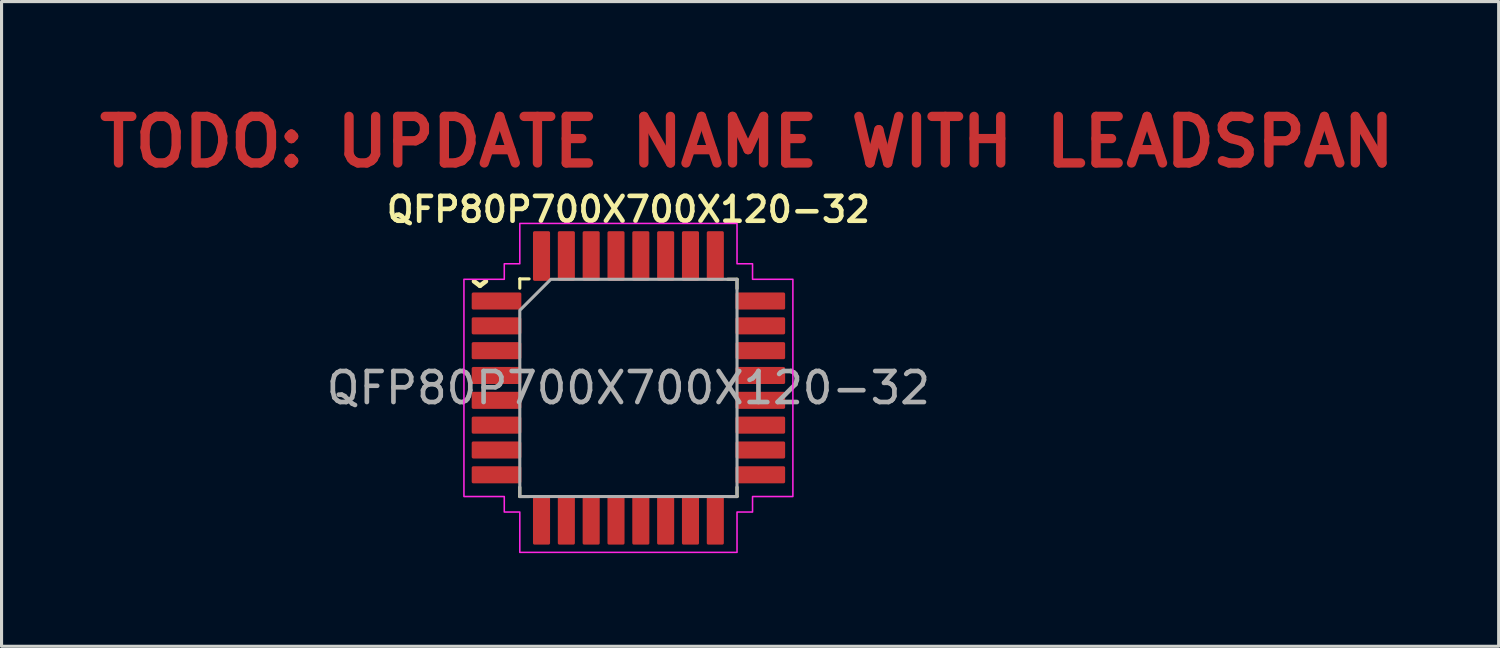
<source format=kicad_pcb>
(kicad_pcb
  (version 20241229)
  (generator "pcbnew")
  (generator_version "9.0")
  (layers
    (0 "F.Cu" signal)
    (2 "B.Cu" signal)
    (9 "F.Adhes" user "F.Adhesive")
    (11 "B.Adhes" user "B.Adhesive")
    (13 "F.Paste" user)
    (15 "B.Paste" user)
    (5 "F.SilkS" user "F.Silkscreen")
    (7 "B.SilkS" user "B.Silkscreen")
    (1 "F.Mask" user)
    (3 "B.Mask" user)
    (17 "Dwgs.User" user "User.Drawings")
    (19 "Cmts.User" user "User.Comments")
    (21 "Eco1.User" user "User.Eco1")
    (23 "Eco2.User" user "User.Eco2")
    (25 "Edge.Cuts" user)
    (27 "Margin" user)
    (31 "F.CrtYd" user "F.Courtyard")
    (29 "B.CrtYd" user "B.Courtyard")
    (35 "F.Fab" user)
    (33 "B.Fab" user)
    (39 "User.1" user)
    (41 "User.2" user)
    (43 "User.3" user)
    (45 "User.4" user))
  (footprint "QFP80P700X700X120-32"
    (layer "F.Cu")
    (at 17.2 9.45)
    (property "Reference" "QFP80P700X700X120-32" (at 0 -5.75 0) (layer "F.SilkS") (effects (font (size 0.8 0.8) (thickness 0.15))))
    (attr smd)
    (fp_line (start -3.5 -3.513) (end -3.2 -3.513) (stroke (width 0.1) (type solid)) (layer "F.SilkS"))
    (fp_line (start -3.5 -3.212) (end -3.5 -3.513) (stroke (width 0.1) (type solid)) (layer "F.SilkS"))
    (fp_line (start -3.5 3.5) (end -3.5 3.2) (stroke (width 0.1) (type solid)) (layer "F.SilkS"))
    (fp_line (start -3.2 3.5) (end -3.5 3.5) (stroke (width 0.1) (type solid)) (layer "F.SilkS"))
    (fp_line (start 3.2 -3.5) (end 3.5 -3.5) (stroke (width 0.1) (type solid)) (layer "F.SilkS"))
    (fp_line (start 3.5 -3.5) (end 3.5 -3.2) (stroke (width 0.1) (type solid)) (layer "F.SilkS"))
    (fp_line (start 3.5 3.2) (end 3.5 3.5) (stroke (width 0.1) (type solid)) (layer "F.SilkS"))
    (fp_line (start 3.5 3.5) (end 3.2 3.5) (stroke (width 0.1) (type solid)) (layer "F.SilkS"))
    (fp_poly (pts (xy -3.5 -5.3) (xy -3.5 -4) (xy -4 -4) (xy -4 -3.5) (xy -5.3 -3.5) (xy -5.3 3.5) (xy -4 3.5) (xy -4 4) (xy -3.5 4) (xy -3.5 5.3) (xy 3.5 5.3) (xy 3.5 4) (xy 4 4) (xy 4 3.5) (xy 5.3 3.5) (xy 5.3 -3.5) (xy 4 -3.5) (xy 4 -4) (xy 3.5 -4) (xy 3.5 -5.3)) (stroke (width 0.05) (type solid)) (fill no) (layer "F.CrtYd"))
    (fp_poly (pts (xy -2.5 -3.5) (xy -3.5 -2.5) (xy -3.5 3.5) (xy 3.5 3.5) (xy 3.5 -3.5)) (stroke (width 0.1) (type solid)) (fill no) (layer "F.Fab"))
    (fp_text user "TODO: UPDATE NAME WITH LEADSPAN" (at -17.2 -7.05 0) (unlocked yes) (layer "F.Cu") (effects (font (size 1.5 1.5) (thickness 0.3) (bold yes)) (justify left bottom)))
    (fp_text user "^" (at -4.4 -3.3 180) (unlocked yes) (layer "F.SilkS") (effects (font (size 1 1) (thickness 0.15)) (justify left top)))
    (fp_text user "${REFERENCE}" (at 0 0 0) (layer "F.Fab") (effects (font (size 1 1) (thickness 0.15))))
    (pad "1" smd roundrect (at -4.25 -2.8) (size 1.6 0.55) (layers "F.Cu" "F.Mask" "F.Paste") (roundrect_rratio 0.091))
    (pad "2" smd roundrect (at -4.25 -2) (size 1.6 0.55) (layers "F.Cu" "F.Mask" "F.Paste") (roundrect_rratio 0.091))
    (pad "3" smd roundrect (at -4.25 -1.2) (size 1.6 0.55) (layers "F.Cu" "F.Mask" "F.Paste") (roundrect_rratio 0.091))
    (pad "4" smd roundrect (at -4.25 -0.4) (size 1.6 0.55) (layers "F.Cu" "F.Mask" "F.Paste") (roundrect_rratio 0.091))
    (pad "5" smd roundrect (at -4.25 0.4) (size 1.6 0.55) (layers "F.Cu" "F.Mask" "F.Paste") (roundrect_rratio 0.091))
    (pad "6" smd roundrect (at -4.25 1.2) (size 1.6 0.55) (layers "F.Cu" "F.Mask" "F.Paste") (roundrect_rratio 0.091))
    (pad "7" smd roundrect (at -4.25 2) (size 1.6 0.55) (layers "F.Cu" "F.Mask" "F.Paste") (roundrect_rratio 0.091))
    (pad "8" smd roundrect (at -4.25 2.8) (size 1.6 0.55) (layers "F.Cu" "F.Mask" "F.Paste") (roundrect_rratio 0.091))
    (pad "9" smd roundrect (at -2.8 4.25 90) (size 1.6 0.55) (layers "F.Cu" "F.Mask" "F.Paste") (roundrect_rratio 0.091))
    (pad "10" smd roundrect (at -2 4.25 90) (size 1.6 0.55) (layers "F.Cu" "F.Mask" "F.Paste") (roundrect_rratio 0.091))
    (pad "11" smd roundrect (at -1.2 4.25 90) (size 1.6 0.55) (layers "F.Cu" "F.Mask" "F.Paste") (roundrect_rratio 0.091))
    (pad "12" smd roundrect (at -0.4 4.25 90) (size 1.6 0.55) (layers "F.Cu" "F.Mask" "F.Paste") (roundrect_rratio 0.091))
    (pad "13" smd roundrect (at 0.4 4.25 90) (size 1.6 0.55) (layers "F.Cu" "F.Mask" "F.Paste") (roundrect_rratio 0.091))
    (pad "14" smd roundrect (at 1.2 4.25 90) (size 1.6 0.55) (layers "F.Cu" "F.Mask" "F.Paste") (roundrect_rratio 0.091))
    (pad "15" smd roundrect (at 2 4.25 90) (size 1.6 0.55) (layers "F.Cu" "F.Mask" "F.Paste") (roundrect_rratio 0.091))
    (pad "16" smd roundrect (at 2.8 4.25 90) (size 1.6 0.55) (layers "F.Cu" "F.Mask" "F.Paste") (roundrect_rratio 0.091))
    (pad "17" smd roundrect (at 4.25 2.8) (size 1.6 0.55) (layers "F.Cu" "F.Mask" "F.Paste") (roundrect_rratio 0.091))
    (pad "18" smd roundrect (at 4.25 2) (size 1.6 0.55) (layers "F.Cu" "F.Mask" "F.Paste") (roundrect_rratio 0.091))
    (pad "19" smd roundrect (at 4.25 1.2) (size 1.6 0.55) (layers "F.Cu" "F.Mask" "F.Paste") (roundrect_rratio 0.091))
    (pad "20" smd roundrect (at 4.25 0.4) (size 1.6 0.55) (layers "F.Cu" "F.Mask" "F.Paste") (roundrect_rratio 0.091))
    (pad "21" smd roundrect (at 4.25 -0.4) (size 1.6 0.55) (layers "F.Cu" "F.Mask" "F.Paste") (roundrect_rratio 0.091))
    (pad "22" smd roundrect (at 4.25 -1.2) (size 1.6 0.55) (layers "F.Cu" "F.Mask" "F.Paste") (roundrect_rratio 0.091))
    (pad "23" smd roundrect (at 4.25 -2) (size 1.6 0.55) (layers "F.Cu" "F.Mask" "F.Paste") (roundrect_rratio 0.091))
    (pad "24" smd roundrect (at 4.25 -2.8) (size 1.6 0.55) (layers "F.Cu" "F.Mask" "F.Paste") (roundrect_rratio 0.091))
    (pad "25" smd roundrect (at 2.8 -4.25 90) (size 1.6 0.55) (layers "F.Cu" "F.Mask" "F.Paste") (roundrect_rratio 0.091))
    (pad "26" smd roundrect (at 2 -4.25 90) (size 1.6 0.55) (layers "F.Cu" "F.Mask" "F.Paste") (roundrect_rratio 0.091))
    (pad "27" smd roundrect (at 1.2 -4.25 90) (size 1.6 0.55) (layers "F.Cu" "F.Mask" "F.Paste") (roundrect_rratio 0.091))
    (pad "28" smd roundrect (at 0.4 -4.25 90) (size 1.6 0.55) (layers "F.Cu" "F.Mask" "F.Paste") (roundrect_rratio 0.091))
    (pad "29" smd roundrect (at -0.4 -4.25 90) (size 1.6 0.55) (layers "F.Cu" "F.Mask" "F.Paste") (roundrect_rratio 0.091))
    (pad "30" smd roundrect (at -1.2 -4.25 90) (size 1.6 0.55) (layers "F.Cu" "F.Mask" "F.Paste") (roundrect_rratio 0.091))
    (pad "31" smd roundrect (at -2 -4.25 90) (size 1.6 0.55) (layers "F.Cu" "F.Mask" "F.Paste") (roundrect_rratio 0.091))
    (pad "32" smd roundrect (at -2.8 -4.25 90) (size 1.6 0.55) (layers "F.Cu" "F.Mask" "F.Paste") (roundrect_rratio 0.091)))
  (gr_rect
    (start -3 -3)
    (end 45.243 17.775)
    (stroke (width 0.1) (type default))
    (fill no)
    (layer "Edge.Cuts")))
</source>
